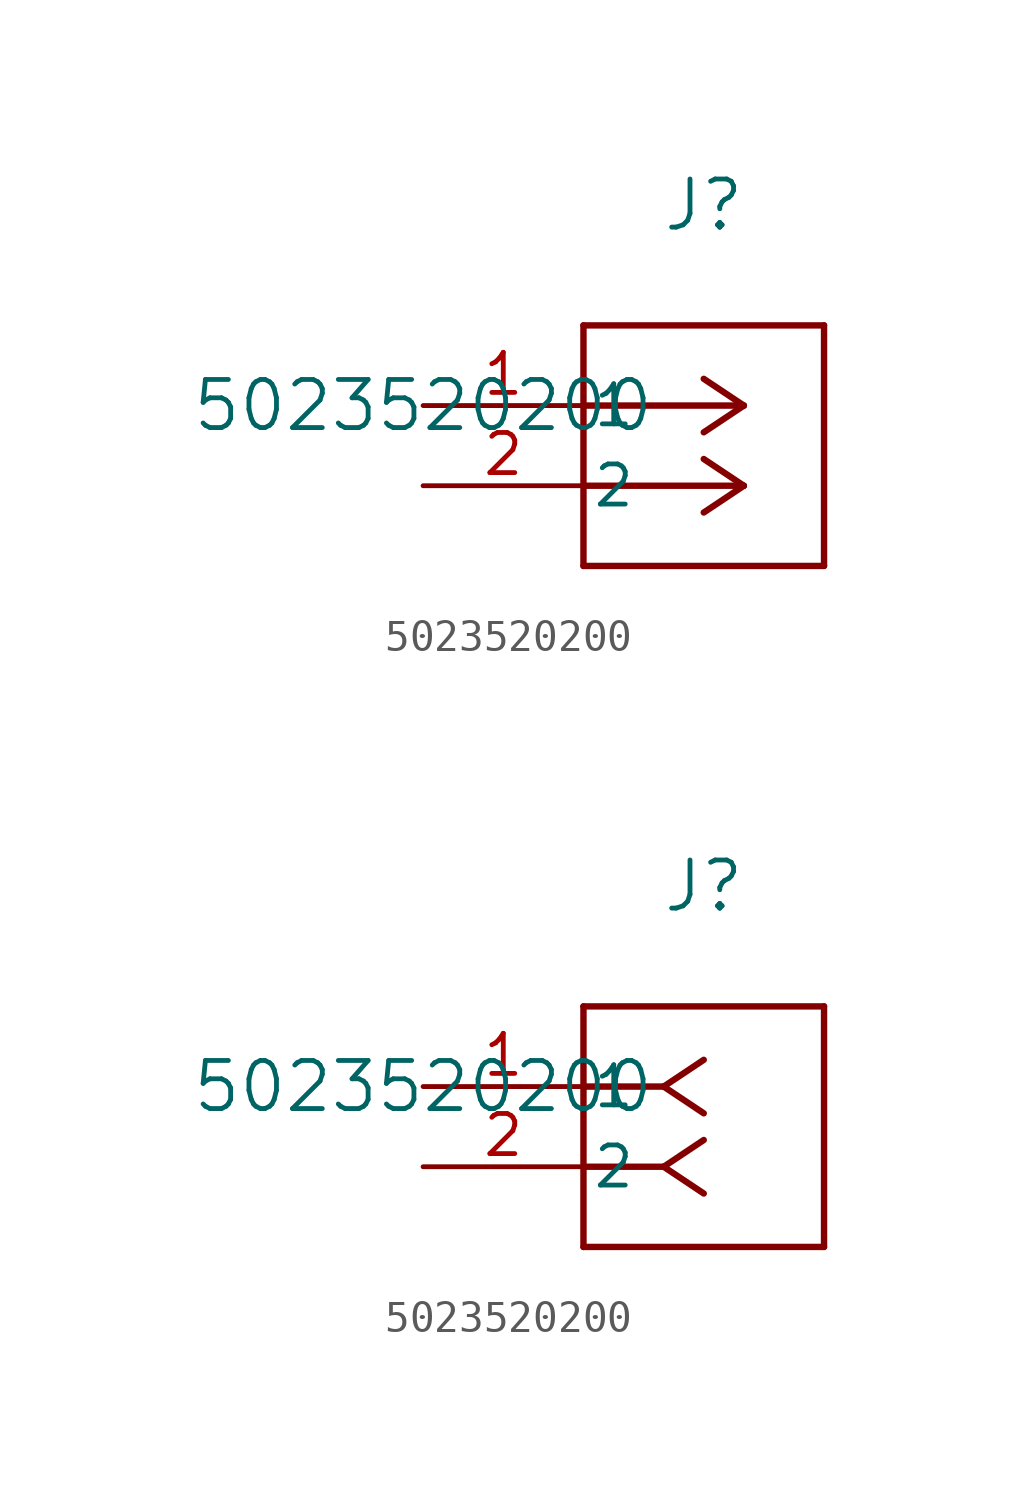
<source format=kicad_sym>
(kicad_symbol_lib
  (version 20241209)
  (generator "kicad_symbol_editor")
  (generator_version "9.0")
  (symbol "5023520200"
    (pin_names
      (offset 0.254))
    (property "Reference" "J"
      (at 8.89 6.35 0)
      (effects (font (size 1.524 1.524))))
    (property "Value" "5023520200"
      (at 0 0 0)
      (effects (font (size 1.524 1.524))))
    (property "ki_locked" ""
      (at 0 0 0)
      (effects (font (size 1.27 1.27))))
    (symbol "5023520200_1_1"
      (polyline (pts (xy 5.08 2.54) (xy 5.08 -5.08)) (stroke (width 0.203) (type default)) (fill (type none)))
      (polyline (pts (xy 5.08 -5.08) (xy 12.7 -5.08)) (stroke (width 0.203) (type default)) (fill (type none)))
      (polyline (pts (xy 10.16 0) (xy 5.08 0)) (stroke (width 0.203) (type default)) (fill (type none)))
      (polyline (pts (xy 10.16 0) (xy 8.89 0.847)) (stroke (width 0.203) (type default)) (fill (type none)))
      (polyline (pts (xy 10.16 0) (xy 8.89 -0.847)) (stroke (width 0.203) (type default)) (fill (type none)))
      (polyline (pts (xy 10.16 -2.54) (xy 5.08 -2.54)) (stroke (width 0.203) (type default)) (fill (type none)))
      (polyline (pts (xy 10.16 -2.54) (xy 8.89 -1.693)) (stroke (width 0.203) (type default)) (fill (type none)))
      (polyline (pts (xy 10.16 -2.54) (xy 8.89 -3.387)) (stroke (width 0.203) (type default)) (fill (type none)))
      (polyline (pts (xy 12.7 2.54) (xy 5.08 2.54)) (stroke (width 0.203) (type default)) (fill (type none)))
      (polyline (pts (xy 12.7 -5.08) (xy 12.7 2.54)) (stroke (width 0.203) (type default)) (fill (type none)))
      (pin passive line (at 0 0 0) (length 5.08) (name "1" (effects (font (size 1.27 1.27)))) (number "1" (effects (font (size 1.27 1.27)))))
      (pin passive line (at 0 -2.54 0) (length 5.08) (name "2" (effects (font (size 1.27 1.27)))) (number "2" (effects (font (size 1.27 1.27))))))
    (symbol "5023520200_1_2"
      (polyline (pts (xy 5.08 2.54) (xy 5.08 -5.08)) (stroke (width 0.203) (type default)) (fill (type none)))
      (polyline (pts (xy 5.08 -5.08) (xy 12.7 -5.08)) (stroke (width 0.203) (type default)) (fill (type none)))
      (polyline (pts (xy 7.62 0) (xy 5.08 0)) (stroke (width 0.203) (type default)) (fill (type none)))
      (polyline (pts (xy 7.62 0) (xy 8.89 0.847)) (stroke (width 0.203) (type default)) (fill (type none)))
      (polyline (pts (xy 7.62 0) (xy 8.89 -0.847)) (stroke (width 0.203) (type default)) (fill (type none)))
      (polyline (pts (xy 7.62 -2.54) (xy 5.08 -2.54)) (stroke (width 0.203) (type default)) (fill (type none)))
      (polyline (pts (xy 7.62 -2.54) (xy 8.89 -1.693)) (stroke (width 0.203) (type default)) (fill (type none)))
      (polyline (pts (xy 7.62 -2.54) (xy 8.89 -3.387)) (stroke (width 0.203) (type default)) (fill (type none)))
      (polyline (pts (xy 12.7 2.54) (xy 5.08 2.54)) (stroke (width 0.203) (type default)) (fill (type none)))
      (polyline (pts (xy 12.7 -5.08) (xy 12.7 2.54)) (stroke (width 0.203) (type default)) (fill (type none)))
      (pin unspecified line (at 0 0 0) (length 5.08) (name "1" (effects (font (size 1.27 1.27)))) (number "1" (effects (font (size 1.27 1.27)))))
      (pin unspecified line (at 0 -2.54 0) (length 5.08) (name "2" (effects (font (size 1.27 1.27)))) (number "2" (effects (font (size 1.27 1.27))))))))
</source>
